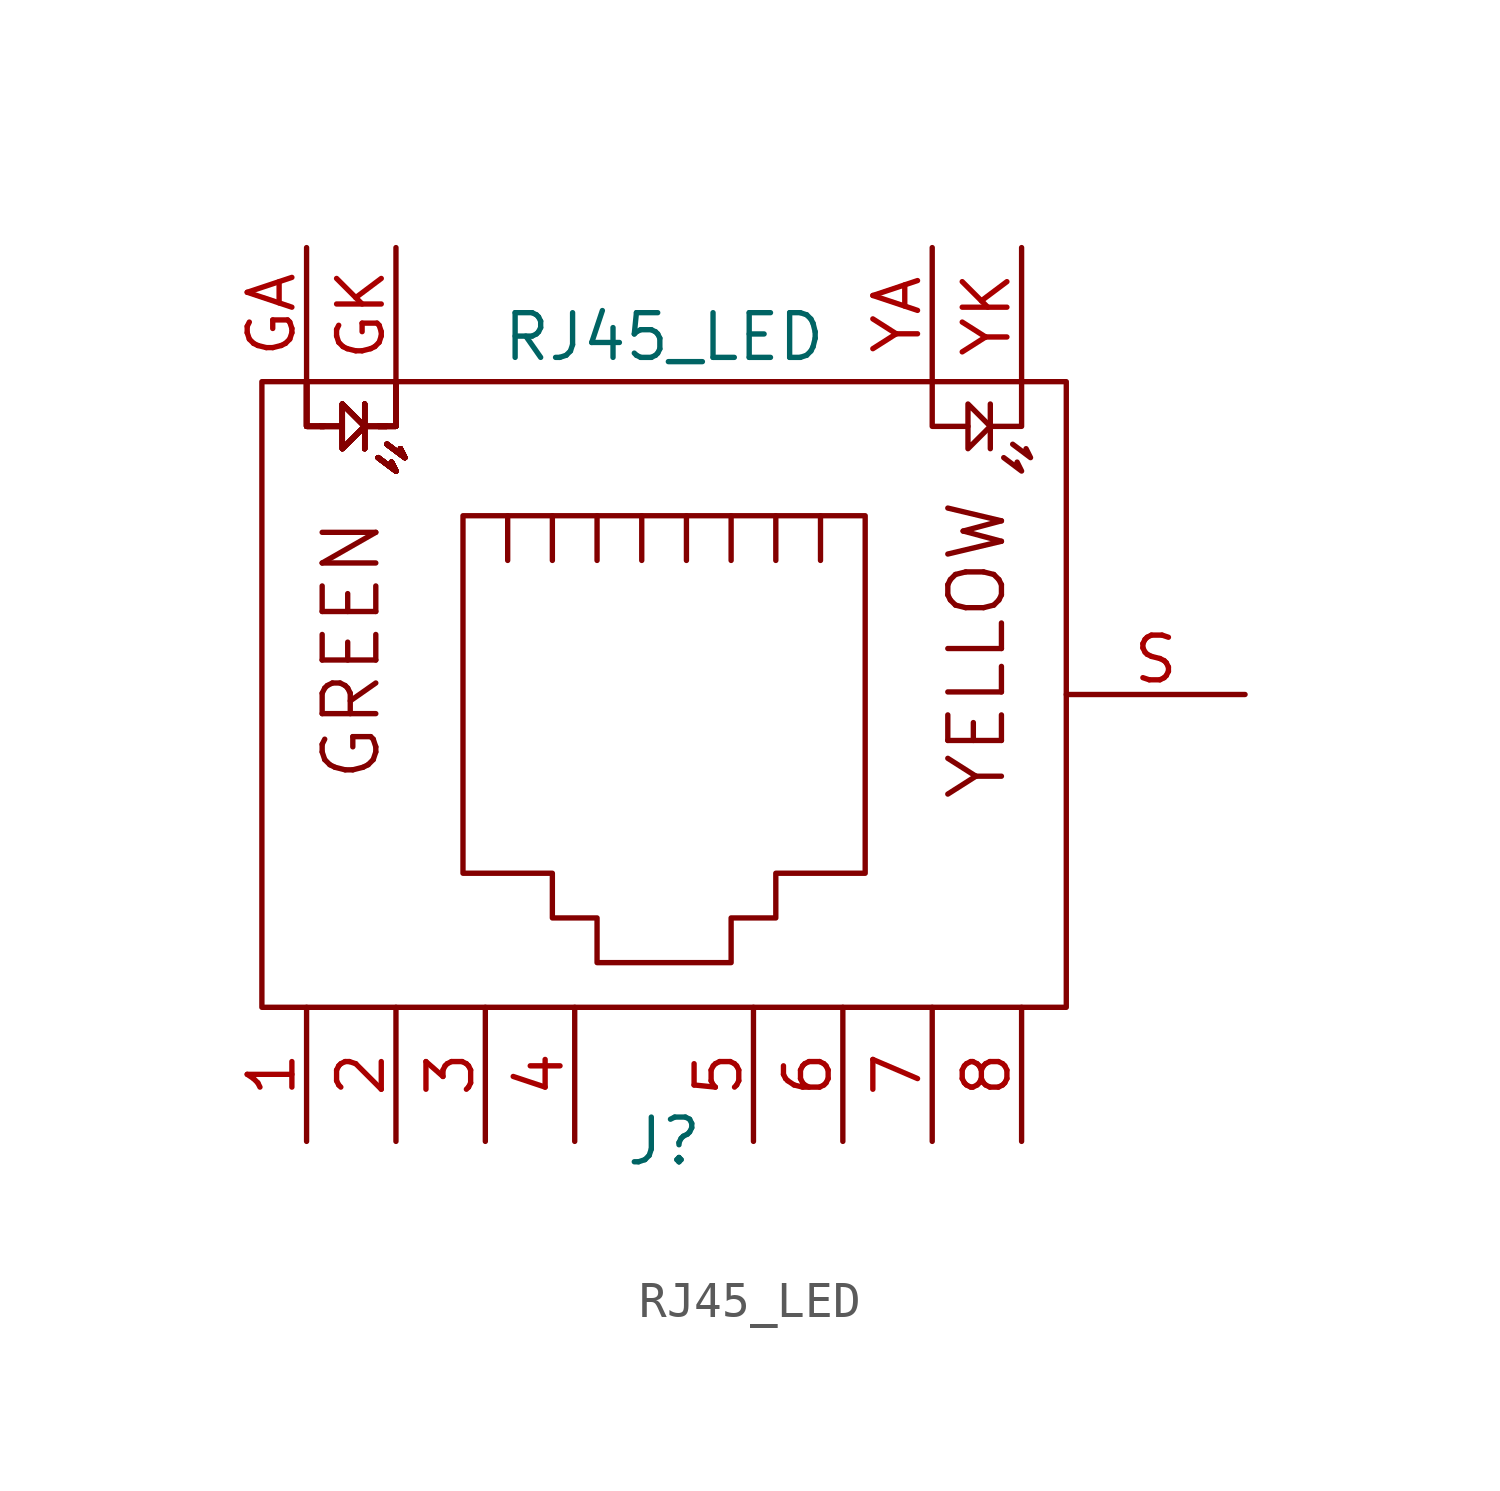
<source format=kicad_sym>
(kicad_symbol_lib
  (version 20211014)
  (generator kicad_symbol_editor)
  (symbol "RJ45_LED"
    (pin_names
      (offset 1.016))
    (property "Reference" "J"
      (at 0 -12.7 0)
      (effects (font (size 1.27 1.27))))
    (property "Value" "RJ45_LED"
      (at 0 10.16 0)
      (effects (font (size 1.27 1.27))))
    (symbol "RJ45_LED_0_0"
      (text "GREEN" (at -8.89 1.27 900) (effects (font (size 1.524 1.524))))
      (text "YELLOW" (at 8.89 1.27 900) (effects (font (size 1.524 1.524)))))
    (symbol "RJ45_LED_0_1"
      (rectangle (start -11.43 -8.89) (end 11.43 8.89) (stroke (width 0) (type default) (color 0 0 0 0)) (fill (type none)))
      (polyline (pts (xy 9.271 8.255) (xy 9.271 6.985)) (stroke (width 0) (type default) (color 0 0 0 0)) (fill (type none)))
      (polyline (pts (xy -10.16 8.89) (xy -10.16 7.62) (xy -9.652 7.62)) (stroke (width 0) (type default) (color 0 0 0 0)) (fill (type none)))
      (polyline (pts (xy -10.16 8.89) (xy -10.16 7.62) (xy -9.652 7.62)) (stroke (width 0) (type default) (color 0 0 0 0)) (fill (type none)))
      (polyline (pts (xy -10.16 8.89) (xy -10.16 7.62) (xy -9.652 7.62)) (stroke (width 0) (type default) (color 0 0 0 0)) (fill (type none)))
      (polyline (pts (xy -10.16 8.89) (xy -10.16 7.62) (xy -9.652 7.62)) (stroke (width 0) (type default) (color 0 0 0 0)) (fill (type none)))
      (polyline (pts (xy -10.16 8.89) (xy -10.16 7.62) (xy -9.652 7.62)) (stroke (width 0) (type default) (color 0 0 0 0)) (fill (type none)))
      (polyline (pts (xy -10.16 8.89) (xy -10.16 7.62) (xy -9.652 7.62)) (stroke (width 0) (type default) (color 0 0 0 0)) (fill (type none)))
      (polyline (pts (xy -10.16 8.89) (xy -10.16 7.62) (xy -9.652 7.62)) (stroke (width 0) (type default) (color 0 0 0 0)) (fill (type none)))
      (polyline (pts (xy -10.16 8.89) (xy -10.16 7.62) (xy -9.652 7.62)) (stroke (width 0) (type default) (color 0 0 0 0)) (fill (type none)))
      (polyline (pts (xy -8.128 6.731) (xy -7.62 6.35) (xy -7.747 6.604)) (stroke (width 0) (type default) (color 0 0 0 0)) (fill (type none)))
      (polyline (pts (xy -8.128 6.731) (xy -7.62 6.35) (xy -7.747 6.604)) (stroke (width 0) (type default) (color 0 0 0 0)) (fill (type none)))
      (polyline (pts (xy -8.128 6.731) (xy -7.62 6.35) (xy -7.747 6.604)) (stroke (width 0) (type default) (color 0 0 0 0)) (fill (type none)))
      (polyline (pts (xy -8.128 6.731) (xy -7.62 6.35) (xy -7.747 6.604)) (stroke (width 0) (type default) (color 0 0 0 0)) (fill (type none)))
      (polyline (pts (xy -8.128 6.731) (xy -7.62 6.35) (xy -7.747 6.604)) (stroke (width 0) (type default) (color 0 0 0 0)) (fill (type none)))
      (polyline (pts (xy -8.128 6.731) (xy -7.62 6.35) (xy -7.747 6.604)) (stroke (width 0) (type default) (color 0 0 0 0)) (fill (type none)))
      (polyline (pts (xy -8.128 6.731) (xy -7.62 6.35) (xy -7.747 6.604)) (stroke (width 0) (type default) (color 0 0 0 0)) (fill (type none)))
      (polyline (pts (xy -8.128 6.731) (xy -7.62 6.35) (xy -7.747 6.604)) (stroke (width 0) (type default) (color 0 0 0 0)) (fill (type none)))
      (polyline (pts (xy -8.128 6.731) (xy -7.62 6.35) (xy -7.747 6.604)) (stroke (width 0) (type default) (color 0 0 0 0)) (fill (type none)))
      (polyline (pts (xy -8.128 6.731) (xy -7.62 6.35) (xy -7.747 6.604)) (stroke (width 0) (type default) (color 0 0 0 0)) (fill (type none)))
      (polyline (pts (xy -8.128 6.731) (xy -7.62 6.35) (xy -7.747 6.604)) (stroke (width 0) (type default) (color 0 0 0 0)) (fill (type none)))
      (polyline (pts (xy -8.128 6.731) (xy -7.62 6.35) (xy -7.747 6.604)) (stroke (width 0) (type default) (color 0 0 0 0)) (fill (type none)))
      (polyline (pts (xy -8.128 6.731) (xy -7.62 6.35) (xy -7.747 6.604)) (stroke (width 0) (type default) (color 0 0 0 0)) (fill (type none)))
      (polyline (pts (xy -8.128 6.731) (xy -7.62 6.35) (xy -7.747 6.604)) (stroke (width 0) (type default) (color 0 0 0 0)) (fill (type none)))
      (polyline (pts (xy -8.128 6.731) (xy -7.62 6.35) (xy -7.747 6.604)) (stroke (width 0) (type default) (color 0 0 0 0)) (fill (type none)))
      (polyline (pts (xy -8.128 6.731) (xy -7.62 6.35) (xy -7.747 6.604)) (stroke (width 0) (type default) (color 0 0 0 0)) (fill (type none)))
      (polyline (pts (xy -7.874 7.112) (xy -7.366 6.731) (xy -7.493 6.985)) (stroke (width 0) (type default) (color 0 0 0 0)) (fill (type none)))
      (polyline (pts (xy -7.874 7.112) (xy -7.366 6.731) (xy -7.493 6.985)) (stroke (width 0) (type default) (color 0 0 0 0)) (fill (type none)))
      (polyline (pts (xy -7.874 7.112) (xy -7.366 6.731) (xy -7.493 6.985)) (stroke (width 0) (type default) (color 0 0 0 0)) (fill (type none)))
      (polyline (pts (xy -7.874 7.112) (xy -7.366 6.731) (xy -7.493 6.985)) (stroke (width 0) (type default) (color 0 0 0 0)) (fill (type none)))
      (polyline (pts (xy -7.874 7.112) (xy -7.366 6.731) (xy -7.493 6.985)) (stroke (width 0) (type default) (color 0 0 0 0)) (fill (type none)))
      (polyline (pts (xy -7.874 7.112) (xy -7.366 6.731) (xy -7.493 6.985)) (stroke (width 0) (type default) (color 0 0 0 0)) (fill (type none)))
      (polyline (pts (xy -7.874 7.112) (xy -7.366 6.731) (xy -7.493 6.985)) (stroke (width 0) (type default) (color 0 0 0 0)) (fill (type none)))
      (polyline (pts (xy -7.874 7.112) (xy -7.366 6.731) (xy -7.493 6.985)) (stroke (width 0) (type default) (color 0 0 0 0)) (fill (type none)))
      (polyline (pts (xy -7.874 7.112) (xy -7.366 6.731) (xy -7.493 6.985)) (stroke (width 0) (type default) (color 0 0 0 0)) (fill (type none)))
      (polyline (pts (xy -7.874 7.112) (xy -7.366 6.731) (xy -7.493 6.985)) (stroke (width 0) (type default) (color 0 0 0 0)) (fill (type none)))
      (polyline (pts (xy -7.874 7.112) (xy -7.366 6.731) (xy -7.493 6.985)) (stroke (width 0) (type default) (color 0 0 0 0)) (fill (type none)))
      (polyline (pts (xy -7.874 7.112) (xy -7.366 6.731) (xy -7.493 6.985)) (stroke (width 0) (type default) (color 0 0 0 0)) (fill (type none)))
      (polyline (pts (xy -7.874 7.112) (xy -7.366 6.731) (xy -7.493 6.985)) (stroke (width 0) (type default) (color 0 0 0 0)) (fill (type none)))
      (polyline (pts (xy -7.874 7.112) (xy -7.366 6.731) (xy -7.493 6.985)) (stroke (width 0) (type default) (color 0 0 0 0)) (fill (type none)))
      (polyline (pts (xy -7.874 7.112) (xy -7.366 6.731) (xy -7.493 6.985)) (stroke (width 0) (type default) (color 0 0 0 0)) (fill (type none)))
      (polyline (pts (xy -7.874 7.112) (xy -7.366 6.731) (xy -7.493 6.985)) (stroke (width 0) (type default) (color 0 0 0 0)) (fill (type none)))
      (polyline (pts (xy -7.62 8.89) (xy -7.62 7.62) (xy -8.128 7.62)) (stroke (width 0) (type default) (color 0 0 0 0)) (fill (type none)))
      (polyline (pts (xy -7.62 8.89) (xy -7.62 7.62) (xy -8.128 7.62)) (stroke (width 0) (type default) (color 0 0 0 0)) (fill (type none)))
      (polyline (pts (xy -7.62 8.89) (xy -7.62 7.62) (xy -8.128 7.62)) (stroke (width 0) (type default) (color 0 0 0 0)) (fill (type none)))
      (polyline (pts (xy -7.62 8.89) (xy -7.62 7.62) (xy -8.128 7.62)) (stroke (width 0) (type default) (color 0 0 0 0)) (fill (type none)))
      (polyline (pts (xy -7.62 8.89) (xy -7.62 7.62) (xy -8.128 7.62)) (stroke (width 0) (type default) (color 0 0 0 0)) (fill (type none)))
      (polyline (pts (xy -7.62 8.89) (xy -7.62 7.62) (xy -8.128 7.62)) (stroke (width 0) (type default) (color 0 0 0 0)) (fill (type none)))
      (polyline (pts (xy -7.62 8.89) (xy -7.62 7.62) (xy -8.128 7.62)) (stroke (width 0) (type default) (color 0 0 0 0)) (fill (type none)))
      (polyline (pts (xy -7.62 8.89) (xy -7.62 7.62) (xy -8.128 7.62)) (stroke (width 0) (type default) (color 0 0 0 0)) (fill (type none)))
      (polyline (pts (xy -4.445 3.81) (xy -4.445 5.08) (xy -4.445 5.08)) (stroke (width 0) (type default) (color 0 0 0 0)) (fill (type none)))
      (polyline (pts (xy -3.175 5.08) (xy -3.175 3.81) (xy -3.175 3.81)) (stroke (width 0) (type default) (color 0 0 0 0)) (fill (type none)))
      (polyline (pts (xy -1.905 5.08) (xy -1.905 3.81) (xy -1.905 3.81)) (stroke (width 0) (type default) (color 0 0 0 0)) (fill (type none)))
      (polyline (pts (xy -0.635 5.08) (xy -0.635 3.81) (xy -0.635 3.81)) (stroke (width 0) (type default) (color 0 0 0 0)) (fill (type none)))
      (polyline (pts (xy 0.635 5.08) (xy 0.635 3.81) (xy 0.635 3.81)) (stroke (width 0) (type default) (color 0 0 0 0)) (fill (type none)))
      (polyline (pts (xy 1.905 5.08) (xy 1.905 3.81) (xy 1.905 3.81)) (stroke (width 0) (type default) (color 0 0 0 0)) (fill (type none)))
      (polyline (pts (xy 3.175 3.81) (xy 3.175 5.08) (xy 3.175 5.08)) (stroke (width 0) (type default) (color 0 0 0 0)) (fill (type none)))
      (polyline (pts (xy 4.445 3.81) (xy 4.445 5.08) (xy 4.445 5.08)) (stroke (width 0) (type default) (color 0 0 0 0)) (fill (type none)))
      (polyline (pts (xy 7.62 8.89) (xy 7.62 7.62) (xy 8.636 7.62)) (stroke (width 0) (type default) (color 0 0 0 0)) (fill (type none)))
      (polyline (pts (xy 9.271 7.62) (xy 10.16 7.62) (xy 10.16 8.89)) (stroke (width 0) (type default) (color 0 0 0 0)) (fill (type none)))
      (polyline (pts (xy 9.652 6.731) (xy 10.16 6.35) (xy 10.033 6.604)) (stroke (width 0) (type default) (color 0 0 0 0)) (fill (type none)))
      (polyline (pts (xy 9.906 7.112) (xy 10.414 6.731) (xy 10.287 6.985)) (stroke (width 0) (type default) (color 0 0 0 0)) (fill (type none)))
      (polyline (pts (xy -8.509 8.255) (xy -8.509 6.985) (xy -8.509 7.62) (xy -7.874 7.62)) (stroke (width 0) (type default) (color 0 0 0 0)) (fill (type none)))
      (polyline (pts (xy -8.509 8.255) (xy -8.509 6.985) (xy -8.509 7.62) (xy -7.874 7.62)) (stroke (width 0) (type default) (color 0 0 0 0)) (fill (type none)))
      (polyline (pts (xy -8.509 8.255) (xy -8.509 6.985) (xy -8.509 7.62) (xy -7.874 7.62)) (stroke (width 0) (type default) (color 0 0 0 0)) (fill (type none)))
      (polyline (pts (xy -8.509 8.255) (xy -8.509 6.985) (xy -8.509 7.62) (xy -7.874 7.62)) (stroke (width 0) (type default) (color 0 0 0 0)) (fill (type none)))
      (polyline (pts (xy -8.509 8.255) (xy -8.509 6.985) (xy -8.509 7.62) (xy -7.874 7.62)) (stroke (width 0) (type default) (color 0 0 0 0)) (fill (type none)))
      (polyline (pts (xy -8.509 8.255) (xy -8.509 6.985) (xy -8.509 7.62) (xy -7.874 7.62)) (stroke (width 0) (type default) (color 0 0 0 0)) (fill (type none)))
      (polyline (pts (xy -8.509 8.255) (xy -8.509 6.985) (xy -8.509 7.62) (xy -7.874 7.62)) (stroke (width 0) (type default) (color 0 0 0 0)) (fill (type none)))
      (polyline (pts (xy -8.509 8.255) (xy -8.509 6.985) (xy -8.509 7.62) (xy -7.874 7.62)) (stroke (width 0) (type default) (color 0 0 0 0)) (fill (type none)))
      (polyline (pts (xy 8.636 7.62) (xy 8.636 8.255) (xy 9.271 7.62) (xy 8.636 6.985) (xy 8.636 7.62)) (stroke (width 0) (type default) (color 0 0 0 0)) (fill (type none)))
      (polyline (pts (xy -9.779 7.62) (xy -9.144 7.62) (xy -9.144 8.255) (xy -8.509 7.62) (xy -9.144 6.985) (xy -9.144 7.62)) (stroke (width 0) (type default) (color 0 0 0 0)) (fill (type none)))
      (polyline (pts (xy -9.779 7.62) (xy -9.144 7.62) (xy -9.144 8.255) (xy -8.509 7.62) (xy -9.144 6.985) (xy -9.144 7.62)) (stroke (width 0) (type default) (color 0 0 0 0)) (fill (type none)))
      (polyline (pts (xy -9.779 7.62) (xy -9.144 7.62) (xy -9.144 8.255) (xy -8.509 7.62) (xy -9.144 6.985) (xy -9.144 7.62)) (stroke (width 0) (type default) (color 0 0 0 0)) (fill (type none)))
      (polyline (pts (xy -9.779 7.62) (xy -9.144 7.62) (xy -9.144 8.255) (xy -8.509 7.62) (xy -9.144 6.985) (xy -9.144 7.62)) (stroke (width 0) (type default) (color 0 0 0 0)) (fill (type none)))
      (polyline (pts (xy -9.779 7.62) (xy -9.144 7.62) (xy -9.144 8.255) (xy -8.509 7.62) (xy -9.144 6.985) (xy -9.144 7.62)) (stroke (width 0) (type default) (color 0 0 0 0)) (fill (type none)))
      (polyline (pts (xy -9.779 7.62) (xy -9.144 7.62) (xy -9.144 8.255) (xy -8.509 7.62) (xy -9.144 6.985) (xy -9.144 7.62)) (stroke (width 0) (type default) (color 0 0 0 0)) (fill (type none)))
      (polyline (pts (xy -9.779 7.62) (xy -9.144 7.62) (xy -9.144 8.255) (xy -8.509 7.62) (xy -9.144 6.985) (xy -9.144 7.62)) (stroke (width 0) (type default) (color 0 0 0 0)) (fill (type none)))
      (polyline (pts (xy -9.779 7.62) (xy -9.144 7.62) (xy -9.144 8.255) (xy -8.509 7.62) (xy -9.144 6.985) (xy -9.144 7.62)) (stroke (width 0) (type default) (color 0 0 0 0)) (fill (type none)))
      (polyline (pts (xy -5.715 5.08) (xy 5.715 5.08) (xy 5.715 -5.08) (xy 3.175 -5.08) (xy 3.175 -6.35) (xy 1.905 -6.35) (xy 1.905 -7.62) (xy -1.905 -7.62) (xy -1.905 -6.35) (xy -3.175 -6.35) (xy -3.175 -5.08) (xy -5.715 -5.08) (xy -5.715 5.08) (xy -5.715 5.08)) (stroke (width 0) (type default) (color 0 0 0 0)) (fill (type none))))
    (symbol "RJ45_LED_1_1"
      (pin passive line (at -10.16 -12.7 90) (length 3.81) (name "~" (effects (font (size 1.27 1.27)))) (number "1" (effects (font (size 1.27 1.27)))))
      (pin passive line (at -7.62 -12.7 90) (length 3.81) (name "~" (effects (font (size 1.27 1.27)))) (number "2" (effects (font (size 1.27 1.27)))))
      (pin passive line (at -5.08 -12.7 90) (length 3.81) (name "~" (effects (font (size 1.27 1.27)))) (number "3" (effects (font (size 1.27 1.27)))))
      (pin passive line (at -2.54 -12.7 90) (length 3.81) (name "~" (effects (font (size 1.27 1.27)))) (number "4" (effects (font (size 1.27 1.27)))))
      (pin passive line (at 2.54 -12.7 90) (length 3.81) (name "~" (effects (font (size 1.27 1.27)))) (number "5" (effects (font (size 1.27 1.27)))))
      (pin passive line (at 5.08 -12.7 90) (length 3.81) (name "~" (effects (font (size 1.27 1.27)))) (number "6" (effects (font (size 1.27 1.27)))))
      (pin passive line (at 7.62 -12.7 90) (length 3.81) (name "~" (effects (font (size 1.27 1.27)))) (number "7" (effects (font (size 1.27 1.27)))))
      (pin passive line (at 10.16 -12.7 90) (length 3.81) (name "~" (effects (font (size 1.27 1.27)))) (number "8" (effects (font (size 1.27 1.27)))))
      (pin passive line (at -10.16 12.7 270) (length 3.81) (name "~" (effects (font (size 1.27 1.27)))) (number "GA" (effects (font (size 1.27 1.27)))))
      (pin passive line (at -7.62 12.7 270) (length 3.81) (name "~" (effects (font (size 1.27 1.27)))) (number "GK" (effects (font (size 1.27 1.27)))))
      (pin passive line (at 16.51 0 180) (length 5.08) (name "~" (effects (font (size 1.27 1.27)))) (number "S" (effects (font (size 1.27 1.27)))))
      (pin passive line (at 7.62 12.7 270) (length 3.81) (name "~" (effects (font (size 1.27 1.27)))) (number "YA" (effects (font (size 1.27 1.27)))))
      (pin passive line (at 10.16 12.7 270) (length 3.81) (name "~" (effects (font (size 1.27 1.27)))) (number "YK" (effects (font (size 1.27 1.27))))))))
</source>
